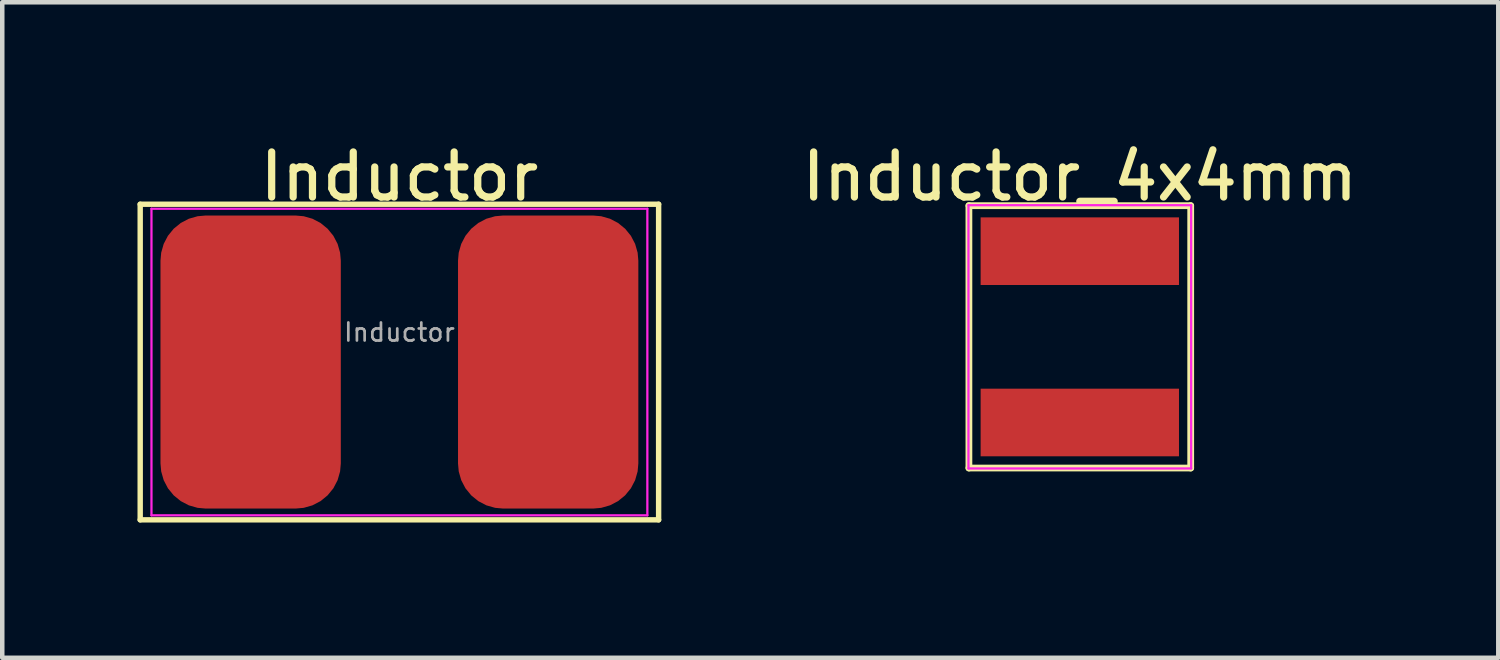
<source format=kicad_pcb>
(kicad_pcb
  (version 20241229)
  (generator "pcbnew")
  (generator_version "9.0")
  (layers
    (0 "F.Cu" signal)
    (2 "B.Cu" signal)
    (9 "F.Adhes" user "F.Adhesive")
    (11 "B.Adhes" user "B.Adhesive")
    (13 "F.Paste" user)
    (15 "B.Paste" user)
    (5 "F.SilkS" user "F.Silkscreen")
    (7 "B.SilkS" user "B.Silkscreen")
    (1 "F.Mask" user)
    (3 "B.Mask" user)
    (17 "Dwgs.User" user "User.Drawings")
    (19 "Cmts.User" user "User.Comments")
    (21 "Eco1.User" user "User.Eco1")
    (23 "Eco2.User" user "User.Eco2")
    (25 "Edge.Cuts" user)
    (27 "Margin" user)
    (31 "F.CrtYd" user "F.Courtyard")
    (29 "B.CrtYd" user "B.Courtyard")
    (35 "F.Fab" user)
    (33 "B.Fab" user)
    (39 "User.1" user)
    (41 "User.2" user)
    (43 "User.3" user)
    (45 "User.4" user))
  (footprint "Inductor_4x4mm"
    (layer "F.Cu")
    (at 20.903 4.422)
    (property "Reference" "Inductor_4x4mm" (at 0 -3.556 180) (layer "F.SilkS") (effects (font (size 1 1) (thickness 0.16))))
    (attr smd)
    (fp_line (start -2.46 -2.91) (end 2.46 -2.91) (stroke (width 0.15) (type default)) (layer "F.SilkS"))
    (fp_line (start -2.46 2.91) (end -2.46 -2.91) (stroke (width 0.15) (type default)) (layer "F.SilkS"))
    (fp_line (start 2.46 -2.91) (end 2.46 2.91) (stroke (width 0.15) (type default)) (layer "F.SilkS"))
    (fp_line (start 2.46 2.91) (end -2.46 2.91) (stroke (width 0.15) (type default)) (layer "F.SilkS"))
    (fp_line (start -2.47 -2.92) (end 2.47 -2.92) (stroke (width 0.05) (type default)) (layer "F.CrtYd"))
    (fp_line (start -2.47 2.92) (end -2.47 -2.92) (stroke (width 0.05) (type default)) (layer "F.CrtYd"))
    (fp_line (start 2.47 -2.92) (end 2.47 2.92) (stroke (width 0.05) (type default)) (layer "F.CrtYd"))
    (fp_line (start 2.47 2.92) (end -2.47 2.92) (stroke (width 0.05) (type default)) (layer "F.CrtYd"))
    (pad "1" smd rect (at 0 1.9) (size 4.4 1.5) (layers "F.Cu" "F.Mask" "F.Paste"))
    (pad "2" smd rect (at 0 -1.9) (size 4.4 1.5) (layers "F.Cu" "F.Mask" "F.Paste")))
  (footprint "Inductor"
    (layer "F.Cu")
    (at 5.81 4.981)
    (property "Reference" "Inductor" (at 0 -4.115 0) (unlocked yes) (layer "F.SilkS") (effects (font (size 1 1) (thickness 0.16))))
    (attr smd)
    (fp_line (start -5.75 -3.5) (end -5.75 3.5) (stroke (width 0.12) (type default)) (layer "F.SilkS"))
    (fp_line (start -5.75 -3.5) (end 5.75 -3.5) (stroke (width 0.12) (type default)) (layer "F.SilkS"))
    (fp_line (start -5.75 3.5) (end 5.75 3.5) (stroke (width 0.12) (type default)) (layer "F.SilkS"))
    (fp_line (start 5.75 -3.5) (end 5.75 3.5) (stroke (width 0.12) (type default)) (layer "F.SilkS"))
    (fp_line (start -5.5 -3.4) (end -5.5 3.4) (stroke (width 0.05) (type default)) (layer "F.CrtYd"))
    (fp_line (start -5.5 3.4) (end 5.5 3.4) (stroke (width 0.05) (type default)) (layer "F.CrtYd"))
    (fp_line (start 5.5 -3.4) (end -5.5 -3.4) (stroke (width 0.05) (type default)) (layer "F.CrtYd"))
    (fp_line (start 5.5 3.4) (end 5.5 -3.4) (stroke (width 0.05) (type default)) (layer "F.CrtYd"))
    (fp_text user "${REFERENCE}" (at 0 -0.66 0) (unlocked yes) (layer "F.Fab") (effects (font (size 0.4 0.4) (thickness 0.06))))
    (pad "1" smd roundrect (at -3.3 0) (size 4 6.5) (layers "F.Cu" "F.Mask" "F.Paste") (roundrect_rratio 0.25))
    (pad "2" smd roundrect (at 3.3 0) (size 4 6.5) (layers "F.Cu" "F.Mask" "F.Paste") (roundrect_rratio 0.25)))
  (gr_rect
    (start -3 -3)
    (end 30.186 11.541)
    (stroke (width 0.1) (type default))
    (fill no)
    (layer "Edge.Cuts")))
</source>
